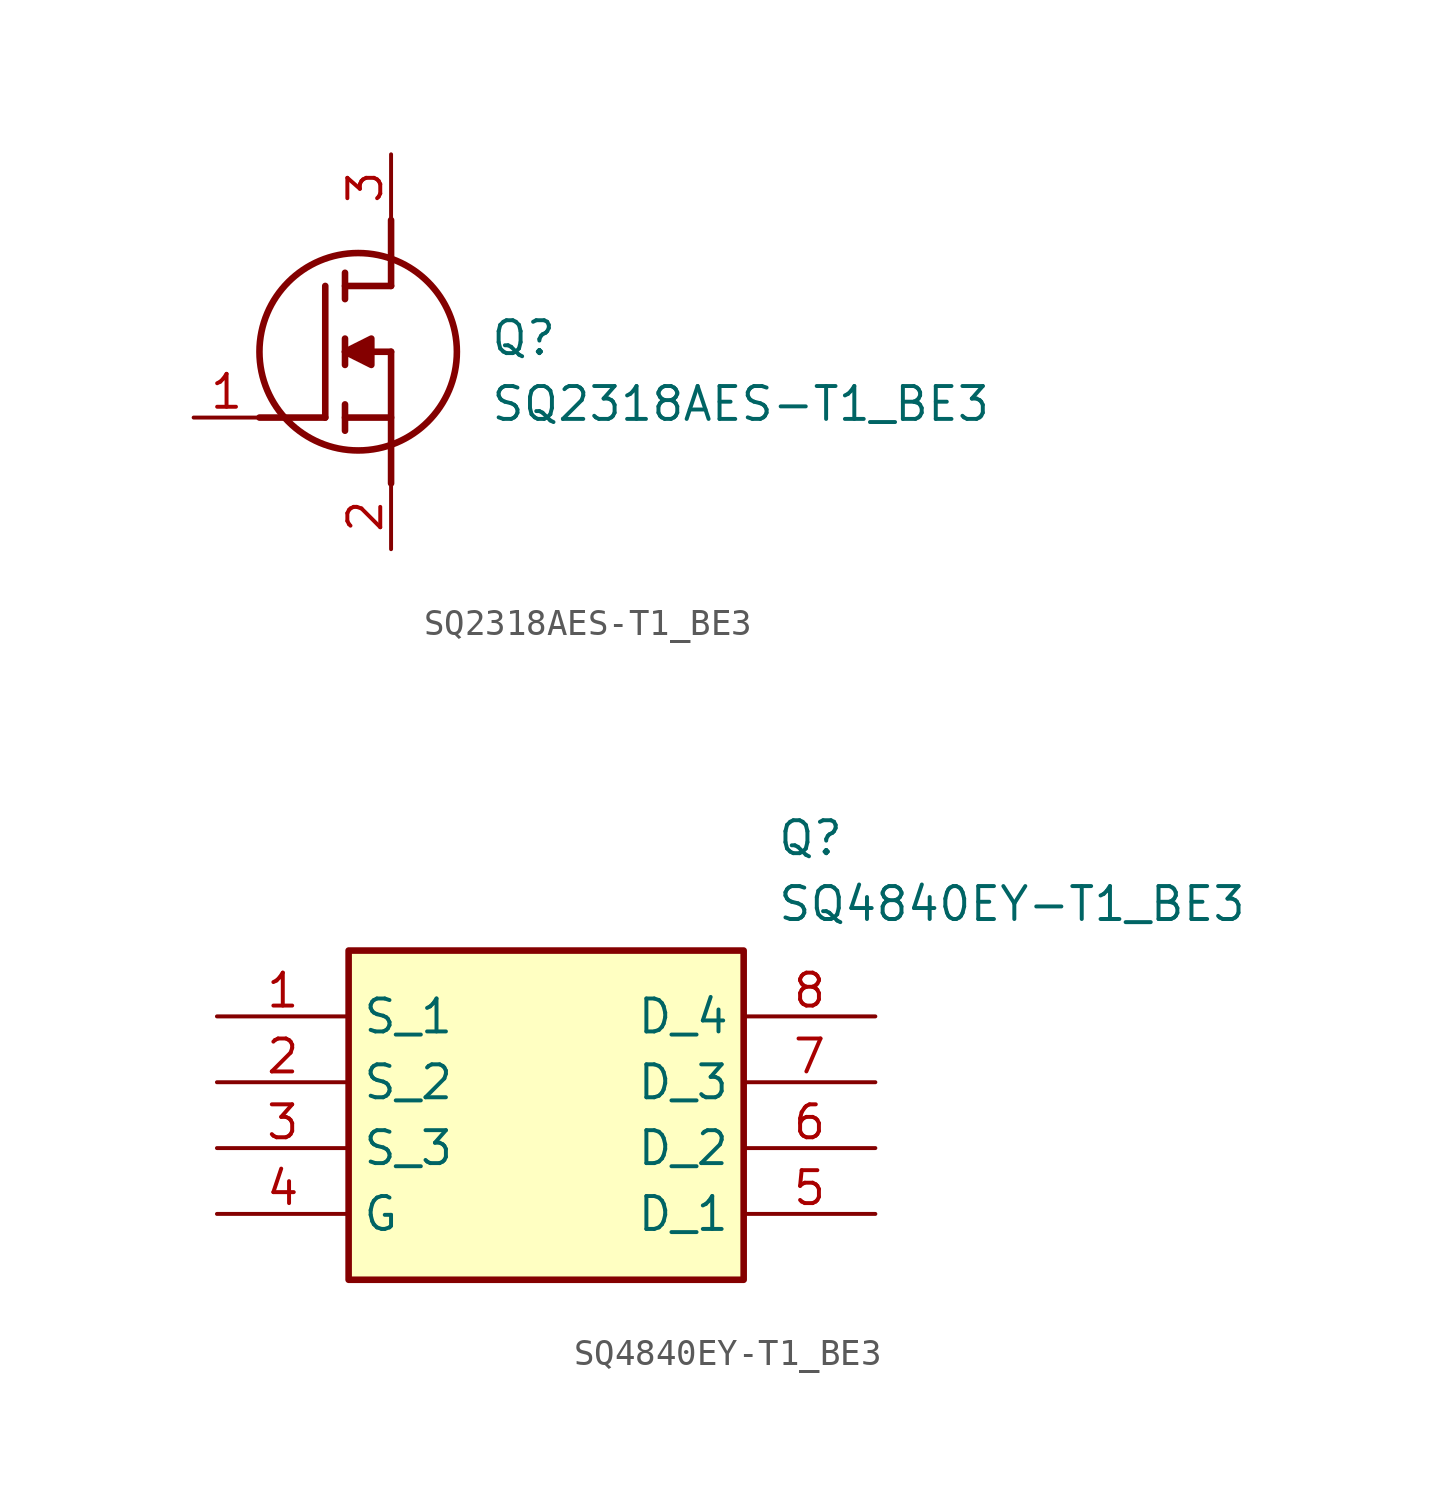
<source format=kicad_sym>
(kicad_symbol_lib
  (version 20220914)
  (generator kicad_symbol_editor)
  (symbol "SQ2318AES-T1_BE3"
    (pin_names hide)
    (property "Reference" "Q"
      (at 11.43 3.81 0)
      (effects (font (size 1.27 1.27)) (justify left top)))
    (property "Value" "SQ2318AES-T1_BE3"
      (at 11.43 1.27 0)
      (effects (font (size 1.27 1.27)) (justify left top)))
    (symbol "SQ2318AES-T1_BE3_1_1"
      (polyline (pts (xy 2.54 0) (xy 5.08 0)) (stroke (width 0.254) (type default)) (fill (type none)))
      (polyline (pts (xy 5.08 5.08) (xy 5.08 0)) (stroke (width 0.254) (type default)) (fill (type none)))
      (polyline (pts (xy 5.842 -0.508) (xy 5.842 0.508)) (stroke (width 0.254) (type default)) (fill (type none)))
      (polyline (pts (xy 5.842 0) (xy 7.62 0)) (stroke (width 0.254) (type default)) (fill (type none)))
      (polyline (pts (xy 5.842 2.032) (xy 5.842 3.048)) (stroke (width 0.254) (type default)) (fill (type none)))
      (polyline (pts (xy 5.842 5.588) (xy 5.842 4.572)) (stroke (width 0.254) (type default)) (fill (type none)))
      (polyline (pts (xy 7.62 2.54) (xy 5.842 2.54)) (stroke (width 0.254) (type default)) (fill (type none)))
      (polyline (pts (xy 7.62 2.54) (xy 7.62 -2.54)) (stroke (width 0.254) (type default)) (fill (type none)))
      (polyline (pts (xy 7.62 5.08) (xy 5.842 5.08)) (stroke (width 0.254) (type default)) (fill (type none)))
      (polyline (pts (xy 7.62 5.08) (xy 7.62 7.62)) (stroke (width 0.254) (type default)) (fill (type none)))
      (polyline (pts (xy 5.842 2.54) (xy 6.858 3.048) (xy 6.858 2.032) (xy 5.842 2.54)) (stroke (width 0.254) (type default)) (fill (type outline)))
      (circle (center 6.35 2.54) (radius 3.81) (stroke (width 0.254) (type default)) (fill (type none)))
      (pin passive line (at 0 0 0) (length 2.54) (name "G" (effects (font (size 1.27 1.27)))) (number "1" (effects (font (size 1.27 1.27)))))
      (pin passive line (at 7.62 -5.08 90) (length 2.54) (name "S" (effects (font (size 1.27 1.27)))) (number "2" (effects (font (size 1.27 1.27)))))
      (pin passive line (at 7.62 10.16 270) (length 2.54) (name "D" (effects (font (size 1.27 1.27)))) (number "3" (effects (font (size 1.27 1.27)))))))
  (symbol "SQ4840EY-T1_BE3"
    (property "Reference" "Q"
      (at 21.59 7.62 0)
      (effects (font (size 1.27 1.27)) (justify left top)))
    (property "Value" "SQ4840EY-T1_BE3"
      (at 21.59 5.08 0)
      (effects (font (size 1.27 1.27)) (justify left top)))
    (symbol "SQ4840EY-T1_BE3_1_1"
      (rectangle (start 5.08 2.54) (end 20.32 -10.16) (stroke (width 0.254) (type default)) (fill (type background)))
      (pin passive line (at 0 0 0) (length 5.08) (name "S_1" (effects (font (size 1.27 1.27)))) (number "1" (effects (font (size 1.27 1.27)))))
      (pin passive line (at 0 -2.54 0) (length 5.08) (name "S_2" (effects (font (size 1.27 1.27)))) (number "2" (effects (font (size 1.27 1.27)))))
      (pin passive line (at 0 -5.08 0) (length 5.08) (name "S_3" (effects (font (size 1.27 1.27)))) (number "3" (effects (font (size 1.27 1.27)))))
      (pin passive line (at 0 -7.62 0) (length 5.08) (name "G" (effects (font (size 1.27 1.27)))) (number "4" (effects (font (size 1.27 1.27)))))
      (pin passive line (at 25.4 -7.62 180) (length 5.08) (name "D_1" (effects (font (size 1.27 1.27)))) (number "5" (effects (font (size 1.27 1.27)))))
      (pin passive line (at 25.4 -5.08 180) (length 5.08) (name "D_2" (effects (font (size 1.27 1.27)))) (number "6" (effects (font (size 1.27 1.27)))))
      (pin passive line (at 25.4 -2.54 180) (length 5.08) (name "D_3" (effects (font (size 1.27 1.27)))) (number "7" (effects (font (size 1.27 1.27)))))
      (pin passive line (at 25.4 0 180) (length 5.08) (name "D_4" (effects (font (size 1.27 1.27)))) (number "8" (effects (font (size 1.27 1.27))))))))
</source>
